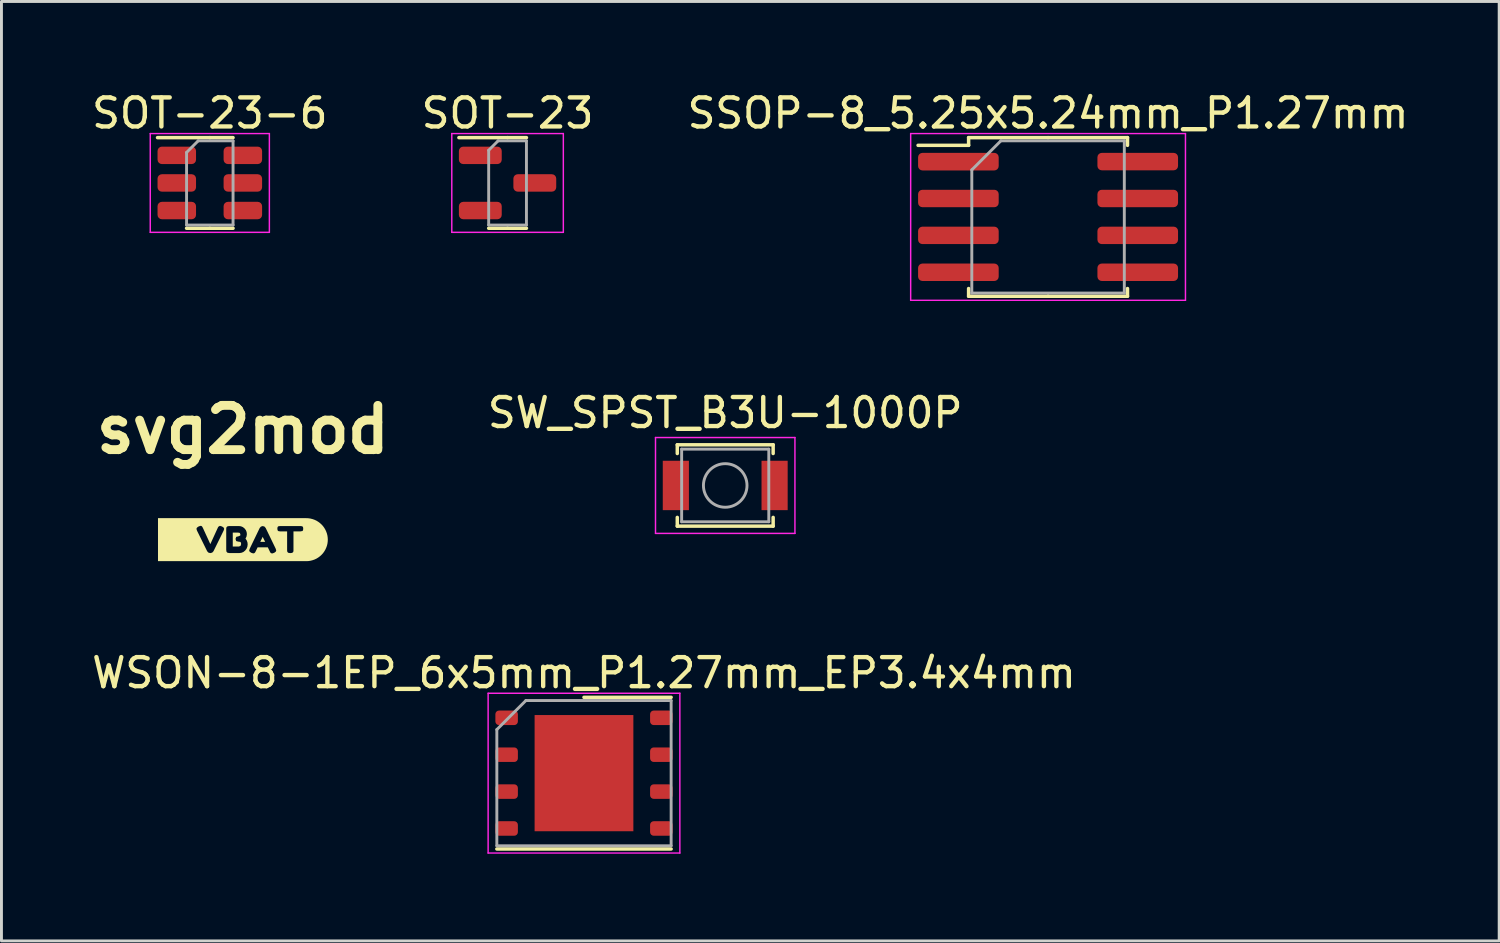
<source format=kicad_pcb>
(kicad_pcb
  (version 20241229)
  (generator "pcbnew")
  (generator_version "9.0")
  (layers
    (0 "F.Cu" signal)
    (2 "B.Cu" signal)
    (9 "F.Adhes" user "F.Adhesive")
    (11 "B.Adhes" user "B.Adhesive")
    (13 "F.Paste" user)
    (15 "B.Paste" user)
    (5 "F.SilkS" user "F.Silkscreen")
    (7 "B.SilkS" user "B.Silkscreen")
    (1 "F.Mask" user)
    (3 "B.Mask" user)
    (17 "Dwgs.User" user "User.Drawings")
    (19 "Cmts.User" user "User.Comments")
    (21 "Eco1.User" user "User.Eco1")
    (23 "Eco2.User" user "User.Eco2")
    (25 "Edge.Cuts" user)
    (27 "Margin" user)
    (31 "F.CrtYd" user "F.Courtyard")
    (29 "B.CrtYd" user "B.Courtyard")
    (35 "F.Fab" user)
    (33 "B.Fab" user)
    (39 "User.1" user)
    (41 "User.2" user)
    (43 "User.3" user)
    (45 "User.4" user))
  (footprint "SOT-23-6"
    (layer "F.Cu")
    (at 4.173 3.248)
    (property "Reference" "SOT-23-6" (at 0 -2.4 0) (layer "F.SilkS") (effects (font (size 1 1) (thickness 0.15))))
    (attr smd)
    (fp_line (start 0 -1.56) (end -1.8 -1.56) (stroke (width 0.12) (type solid)) (layer "F.SilkS"))
    (fp_line (start 0 -1.56) (end 0.8 -1.56) (stroke (width 0.12) (type solid)) (layer "F.SilkS"))
    (fp_line (start 0 1.56) (end -0.8 1.56) (stroke (width 0.12) (type solid)) (layer "F.SilkS"))
    (fp_line (start 0 1.56) (end 0.8 1.56) (stroke (width 0.12) (type solid)) (layer "F.SilkS"))
    (fp_line (start -2.05 -1.7) (end -2.05 1.7) (stroke (width 0.05) (type solid)) (layer "F.CrtYd"))
    (fp_line (start -2.05 1.7) (end 2.05 1.7) (stroke (width 0.05) (type solid)) (layer "F.CrtYd"))
    (fp_line (start 2.05 -1.7) (end -2.05 -1.7) (stroke (width 0.05) (type solid)) (layer "F.CrtYd"))
    (fp_line (start 2.05 1.7) (end 2.05 -1.7) (stroke (width 0.05) (type solid)) (layer "F.CrtYd"))
    (fp_line (start -0.8 -1.05) (end -0.4 -1.45) (stroke (width 0.1) (type solid)) (layer "F.Fab"))
    (fp_line (start -0.8 1.45) (end -0.8 -1.05) (stroke (width 0.1) (type solid)) (layer "F.Fab"))
    (fp_line (start -0.4 -1.45) (end 0.8 -1.45) (stroke (width 0.1) (type solid)) (layer "F.Fab"))
    (fp_line (start 0.8 -1.45) (end 0.8 1.45) (stroke (width 0.1) (type solid)) (layer "F.Fab"))
    (fp_line (start 0.8 1.45) (end -0.8 1.45) (stroke (width 0.1) (type solid)) (layer "F.Fab"))
    (pad "1" smd roundrect (at -1.137 -0.95) (size 1.325 0.6) (layers "F.Cu" "F.Mask" "F.Paste") (roundrect_rratio 0.25))
    (pad "2" smd roundrect (at -1.137 0) (size 1.325 0.6) (layers "F.Cu" "F.Mask" "F.Paste") (roundrect_rratio 0.25))
    (pad "3" smd roundrect (at -1.137 0.95) (size 1.325 0.6) (layers "F.Cu" "F.Mask" "F.Paste") (roundrect_rratio 0.25))
    (pad "4" smd roundrect (at 1.137 0.95) (size 1.325 0.6) (layers "F.Cu" "F.Mask" "F.Paste") (roundrect_rratio 0.25))
    (pad "5" smd roundrect (at 1.137 0) (size 1.325 0.6) (layers "F.Cu" "F.Mask" "F.Paste") (roundrect_rratio 0.25))
    (pad "6" smd roundrect (at 1.137 -0.95) (size 1.325 0.6) (layers "F.Cu" "F.Mask" "F.Paste") (roundrect_rratio 0.25)))
  (footprint "SSOP-8_5.25x5.24mm_P1.27mm"
    (layer "F.Cu")
    (at 33.03 4.418)
    (property "Reference" "SSOP-8_5.25x5.24mm_P1.27mm" (at 0 -3.57 180) (layer "F.SilkS") (effects (font (size 1 1) (thickness 0.15))))
    (attr smd exclude_from_pos_files exclude_from_bom dnp)
    (fp_line (start -2.735 -2.73) (end -2.735 -2.465) (stroke (width 0.12) (type solid)) (layer "F.SilkS"))
    (fp_line (start -2.735 -2.465) (end -4.475 -2.465) (stroke (width 0.12) (type solid)) (layer "F.SilkS"))
    (fp_line (start -2.735 2.73) (end -2.735 2.465) (stroke (width 0.12) (type solid)) (layer "F.SilkS"))
    (fp_line (start 0 -2.73) (end -2.735 -2.73) (stroke (width 0.12) (type solid)) (layer "F.SilkS"))
    (fp_line (start 0 -2.73) (end 2.735 -2.73) (stroke (width 0.12) (type solid)) (layer "F.SilkS"))
    (fp_line (start 0 2.73) (end -2.735 2.73) (stroke (width 0.12) (type solid)) (layer "F.SilkS"))
    (fp_line (start 0 2.73) (end 2.735 2.73) (stroke (width 0.12) (type solid)) (layer "F.SilkS"))
    (fp_line (start 2.735 -2.73) (end 2.735 -2.465) (stroke (width 0.12) (type solid)) (layer "F.SilkS"))
    (fp_line (start 2.735 2.73) (end 2.735 2.465) (stroke (width 0.12) (type solid)) (layer "F.SilkS"))
    (fp_line (start -4.73 -2.87) (end -4.73 2.87) (stroke (width 0.05) (type solid)) (layer "F.CrtYd"))
    (fp_line (start -4.73 2.87) (end 4.73 2.87) (stroke (width 0.05) (type solid)) (layer "F.CrtYd"))
    (fp_line (start 4.73 -2.87) (end -4.73 -2.87) (stroke (width 0.05) (type solid)) (layer "F.CrtYd"))
    (fp_line (start 4.73 2.87) (end 4.73 -2.87) (stroke (width 0.05) (type solid)) (layer "F.CrtYd"))
    (fp_line (start -2.625 -1.62) (end -1.625 -2.62) (stroke (width 0.1) (type solid)) (layer "F.Fab"))
    (fp_line (start -2.625 2.62) (end -2.625 -1.62) (stroke (width 0.1) (type solid)) (layer "F.Fab"))
    (fp_line (start -1.625 -2.62) (end 2.625 -2.62) (stroke (width 0.1) (type solid)) (layer "F.Fab"))
    (fp_line (start 2.625 -2.62) (end 2.625 2.62) (stroke (width 0.1) (type solid)) (layer "F.Fab"))
    (fp_line (start 2.625 2.62) (end -2.625 2.62) (stroke (width 0.1) (type solid)) (layer "F.Fab"))
    (pad "1" smd roundrect (at -3.087 -1.903) (size 2.775 0.605) (layers "F.Cu" "F.Mask") (roundrect_rratio 0.25))
    (pad "2" smd roundrect (at -3.087 -0.635) (size 2.775 0.6) (layers "F.Cu" "F.Mask") (roundrect_rratio 0.25))
    (pad "3" smd roundrect (at -3.087 0.635) (size 2.775 0.6) (layers "F.Cu" "F.Mask") (roundrect_rratio 0.25))
    (pad "4" smd roundrect (at -3.087 1.905) (size 2.775 0.6) (layers "F.Cu" "F.Mask") (roundrect_rratio 0.25))
    (pad "5" smd roundrect (at 3.087 1.905) (size 2.775 0.6) (layers "F.Cu" "F.Mask") (roundrect_rratio 0.25))
    (pad "6" smd roundrect (at 3.087 0.635) (size 2.775 0.6) (layers "F.Cu" "F.Mask") (roundrect_rratio 0.25))
    (pad "7" smd roundrect (at 3.087 -0.635) (size 2.775 0.6) (layers "F.Cu" "F.Mask") (roundrect_rratio 0.25))
    (pad "8" smd roundrect (at 3.087 -1.905) (size 2.775 0.6) (layers "F.Cu" "F.Mask") (roundrect_rratio 0.25)))
  (footprint "WSON-8-1EP_6x5mm_P1.27mm_EP3.4x4mm"
    (layer "F.Cu")
    (at 17.054 23.566)
    (property "Reference" "WSON-8-1EP_6x5mm_P1.27mm_EP3.4x4mm" (at 0 -3.45 180) (layer "F.SilkS") (effects (font (size 1 1) (thickness 0.15))))
    (attr smd)
    (fp_line (start -3 2.61) (end 3 2.61) (stroke (width 0.12) (type solid)) (layer "F.SilkS"))
    (fp_line (start 0 -2.61) (end 3 -2.61) (stroke (width 0.12) (type solid)) (layer "F.SilkS"))
    (fp_line (start -3.3 -2.75) (end -3.3 2.75) (stroke (width 0.05) (type solid)) (layer "F.CrtYd"))
    (fp_line (start -3.3 2.75) (end 3.3 2.75) (stroke (width 0.05) (type solid)) (layer "F.CrtYd"))
    (fp_line (start 3.3 -2.75) (end -3.3 -2.75) (stroke (width 0.05) (type solid)) (layer "F.CrtYd"))
    (fp_line (start 3.3 2.75) (end 3.3 -2.75) (stroke (width 0.05) (type solid)) (layer "F.CrtYd"))
    (fp_line (start -3 -1.5) (end -2 -2.5) (stroke (width 0.1) (type solid)) (layer "F.Fab"))
    (fp_line (start -3 2.5) (end -3 -1.5) (stroke (width 0.1) (type solid)) (layer "F.Fab"))
    (fp_line (start -2 -2.5) (end 3 -2.5) (stroke (width 0.1) (type solid)) (layer "F.Fab"))
    (fp_line (start 3 -2.5) (end 3 2.5) (stroke (width 0.1) (type solid)) (layer "F.Fab"))
    (fp_line (start 3 2.5) (end -3 2.5) (stroke (width 0.1) (type solid)) (layer "F.Fab"))
    (pad "" smd roundrect (at -0.85 -1) (size 1.37 1.61) (layers "F.Paste") (roundrect_rratio 0.182))
    (pad "" smd roundrect (at -0.85 1) (size 1.37 1.61) (layers "F.Paste") (roundrect_rratio 0.182))
    (pad "" smd roundrect (at 0.85 -1) (size 1.37 1.61) (layers "F.Paste") (roundrect_rratio 0.182))
    (pad "" smd roundrect (at 0.85 1) (size 1.37 1.61) (layers "F.Paste") (roundrect_rratio 0.182))
    (pad "1" smd roundrect (at -2.663 -1.905) (size 0.775 0.5) (layers "F.Cu" "F.Mask" "F.Paste") (roundrect_rratio 0.25))
    (pad "2" smd roundrect (at -2.663 -0.635) (size 0.775 0.5) (layers "F.Cu" "F.Mask" "F.Paste") (roundrect_rratio 0.25))
    (pad "3" smd roundrect (at -2.663 0.635) (size 0.775 0.5) (layers "F.Cu" "F.Mask" "F.Paste") (roundrect_rratio 0.25))
    (pad "4" smd roundrect (at -2.663 1.905) (size 0.775 0.5) (layers "F.Cu" "F.Mask" "F.Paste") (roundrect_rratio 0.25))
    (pad "5" smd roundrect (at 2.663 1.905) (size 0.775 0.5) (layers "F.Cu" "F.Mask" "F.Paste") (roundrect_rratio 0.25))
    (pad "6" smd roundrect (at 2.663 0.635) (size 0.775 0.5) (layers "F.Cu" "F.Mask" "F.Paste") (roundrect_rratio 0.25))
    (pad "7" smd roundrect (at 2.663 -0.635) (size 0.775 0.5) (layers "F.Cu" "F.Mask" "F.Paste") (roundrect_rratio 0.25))
    (pad "8" smd roundrect (at 2.663 -1.905) (size 0.775 0.5) (layers "F.Cu" "F.Mask" "F.Paste") (roundrect_rratio 0.25))
    (pad "9" smd rect (at 0 0) (size 3.4 4) (layers "F.Cu" "F.Mask")))
  (footprint "SW_SPST_B3U-1000P"
    (layer "F.Cu")
    (at 21.916 13.662)
    (property "Reference" "SW_SPST_B3U-1000P" (at 0 -2.5 180) (layer "F.SilkS") (effects (font (size 1 1) (thickness 0.15))))
    (attr smd)
    (fp_line (start -1.65 -1.4) (end 1.65 -1.4) (stroke (width 0.12) (type solid)) (layer "F.SilkS"))
    (fp_line (start -1.65 -1.1) (end -1.65 -1.4) (stroke (width 0.12) (type solid)) (layer "F.SilkS"))
    (fp_line (start -1.65 1.1) (end -1.65 1.4) (stroke (width 0.12) (type solid)) (layer "F.SilkS"))
    (fp_line (start -1.65 1.4) (end 1.65 1.4) (stroke (width 0.12) (type solid)) (layer "F.SilkS"))
    (fp_line (start 1.65 -1.4) (end 1.65 -1.1) (stroke (width 0.12) (type solid)) (layer "F.SilkS"))
    (fp_line (start 1.65 1.4) (end 1.65 1.1) (stroke (width 0.12) (type solid)) (layer "F.SilkS"))
    (fp_line (start -2.4 -1.65) (end -2.4 1.65) (stroke (width 0.05) (type solid)) (layer "F.CrtYd"))
    (fp_line (start -2.4 1.65) (end 2.4 1.65) (stroke (width 0.05) (type solid)) (layer "F.CrtYd"))
    (fp_line (start 2.4 -1.65) (end -2.4 -1.65) (stroke (width 0.05) (type solid)) (layer "F.CrtYd"))
    (fp_line (start 2.4 1.65) (end 2.4 -1.65) (stroke (width 0.05) (type solid)) (layer "F.CrtYd"))
    (fp_line (start -1.5 -1.25) (end 1.5 -1.25) (stroke (width 0.1) (type solid)) (layer "F.Fab"))
    (fp_line (start -1.5 1.25) (end -1.5 -1.25) (stroke (width 0.1) (type solid)) (layer "F.Fab"))
    (fp_line (start 1.5 -1.25) (end 1.5 1.25) (stroke (width 0.1) (type solid)) (layer "F.Fab"))
    (fp_line (start 1.5 1.25) (end -1.5 1.25) (stroke (width 0.1) (type solid)) (layer "F.Fab"))
    (fp_circle (center 0 0) (end 0.75 0) (stroke (width 0.1) (type solid)) (fill no) (layer "F.Fab"))
    (pad "1" smd rect (at -1.7 0) (size 0.9 1.7) (layers "F.Cu" "F.Mask" "F.Paste"))
    (pad "2" smd rect (at 1.7 0) (size 0.9 1.7) (layers "F.Cu" "F.Mask" "F.Paste")))
  (footprint "svg2mod"
    (layer "F.Cu")
    (at 5.312 15.528)
    (property "Reference" "svg2mod" (at 0 -3.788 0) (layer "F.SilkS") (effects (font (size 1.524 1.524) (thickness 0.305))))
    (attr exclude_from_pos_files exclude_from_bom)
    (fp_poly (pts (xy 0.681 -0.097) (xy 0.597 0.077) (xy 0.766 0.077) (xy 0.681 -0.097)) (stroke (width 0) (type solid)) (fill yes) (layer "F.SilkS"))
    (fp_poly (pts (xy -0.061 0.15) (xy -0.068 0.102) (xy -0.091 0.077) (xy -0.162 0.067) (xy -0.231 0.049) (xy -0.254 -0.024) (xy -0.23 -0.097) (xy -0.152 -0.115) (xy -0.091 -0.142) (xy -0.087 -0.187) (xy -0.108 -0.232) (xy -0.171 -0.244) (xy -0.349 -0.244) (xy -0.349 0.237) (xy -0.141 0.237) (xy -0.081 0.215) (xy -0.061 0.15)) (stroke (width 0) (type solid)) (fill yes) (layer "F.SilkS"))
    (fp_poly (pts (xy -1.6 -0.74) (xy -0.719 -0.454) (xy -0.662 -0.415) (xy -0.644 -0.373) (xy -0.663 -0.312) (xy -0.574 0.347) (xy -0.574 -0.358) (xy -0.572 -0.402) (xy -0.56 -0.435) (xy -0.526 -0.461) (xy -0.461 -0.469) (xy -0.141 -0.469) (xy -0.067 -0.46) (xy -0.002 -0.433) (xy 0.055 -0.388) (xy 0.101 -0.329) (xy 0.128 -0.263) (xy 0.137 -0.19) (xy 0.125 -0.11) (xy 0.089 -0.036) (xy 0.131 0.025) (xy 0.156 0.092) (xy 0.164 0.163) (xy 0.153 0.243) (xy 0.124 0.314) (xy 0.077 0.376) (xy 0.017 0.424) (xy -0.052 0.452) (xy -0.128 0.462) (xy -0.462 0.462) (xy -0.532 0.45) (xy -0.566 0.413) (xy -0.574 0.347) (xy -0.663 -0.312) (xy -1.013 0.399) (xy -1.056 0.445) (xy -1.115 0.462) (xy -1.127 0.462) (xy -1.188 0.445) (xy -1.23 0.399) (xy -1.581 -0.312) (xy -1.6 -0.373) (xy -1.581 -0.415) (xy -1.525 -0.454) (xy -1.461 -0.476) (xy -1.427 -0.471) (xy -1.406 -0.453) (xy -1.385 -0.419) (xy -1.368 -0.384) (xy -1.336 -0.314) (xy -1.295 -0.224) (xy -1.251 -0.129) (xy -1.207 -0.034) (xy -1.166 0.056) (xy -1.135 0.124) (xy -1.121 0.153) (xy -0.867 -0.403) (xy -0.849 -0.441) (xy -0.793 -0.476) (xy -0.719 -0.454) (xy -1.6 -0.74) (xy -2.923 -0.74) (xy -2.923 0.74) (xy -1.6 0.74) (xy 2.077 0.74) (xy 1.741 -0.285) (xy 1.741 0.354) (xy 1.74 0.397) (xy 1.728 0.429) (xy 1.694 0.455) (xy 1.631 0.463) (xy 1.568 0.455) (xy 1.535 0.429) (xy 1.524 0.396) (xy 1.522 0.352) (xy 1.522 -0.285) (xy 1.278 -0.285) (xy 1.218 -0.295) (xy 1.193 -0.324) (xy 1.186 -0.378) (xy 1.193 -0.431) (xy 1.214 -0.458) (xy 1.279 -0.469) (xy 1.985 -0.469) (xy 2.045 -0.46) (xy 2.07 -0.43) (xy 2.077 -0.377) (xy 2.07 -0.324) (xy 2.049 -0.297) (xy 1.984 -0.285) (xy 1.741 -0.285) (xy 2.077 0.74) (xy 2.183 0.74) (xy 2.255 0.737) (xy 2.327 0.726) (xy 2.397 0.708) (xy 2.466 0.684) (xy 2.532 0.653) (xy 2.594 0.615) (xy 2.652 0.572) (xy 2.706 0.523) (xy 2.755 0.47) (xy 2.798 0.411) (xy 2.835 0.349) (xy 2.866 0.283) (xy 2.891 0.215) (xy 2.909 0.144) (xy 2.919 0.073) (xy 2.923 0) (xy 2.919 -0.073) (xy 2.909 -0.144) (xy 2.891 -0.215) (xy 2.866 -0.283) (xy 2.835 -0.349) (xy 2.798 -0.411) (xy 2.755 -0.47) (xy 2.706 -0.523) (xy 2.652 -0.572) (xy 2.594 -0.615) (xy 2.532 -0.653) (xy 0.784 -0.402) (xy 1.127 0.307) (xy 1.148 0.371) (xy 1.13 0.415) (xy 1.075 0.454) (xy 1.007 0.476) (xy 0.966 0.464) (xy 0.943 0.44) (xy 0.924 0.402) (xy 0.858 0.265) (xy 0.506 0.265) (xy 0.44 0.402) (xy 0.42 0.439) (xy 0.397 0.462) (xy 0.357 0.474) (xy 0.289 0.453) (xy 0.233 0.415) (xy 0.215 0.371) (xy 0.237 0.307) (xy 0.579 -0.403) (xy 0.622 -0.45) (xy 0.682 -0.468) (xy 0.742 -0.451) (xy 0.784 -0.402) (xy 2.532 -0.653) (xy 2.466 -0.684) (xy 2.397 -0.708) (xy 2.327 -0.726) (xy 2.255 -0.737) (xy 2.183 -0.74) (xy 2.077 -0.74) (xy -1.6 -0.74)) (stroke (width 0) (type solid)) (fill yes) (layer "F.SilkS")))
  (footprint "SOT-23"
    (layer "F.Cu")
    (at 14.423 3.248)
    (property "Reference" "SOT-23" (at 0 -2.4 0) (layer "F.SilkS") (effects (font (size 1 1) (thickness 0.15))))
    (attr smd)
    (fp_line (start 0 -1.56) (end -1.675 -1.56) (stroke (width 0.12) (type solid)) (layer "F.SilkS"))
    (fp_line (start 0 -1.56) (end 0.65 -1.56) (stroke (width 0.12) (type solid)) (layer "F.SilkS"))
    (fp_line (start 0 1.56) (end -0.65 1.56) (stroke (width 0.12) (type solid)) (layer "F.SilkS"))
    (fp_line (start 0 1.56) (end 0.65 1.56) (stroke (width 0.12) (type solid)) (layer "F.SilkS"))
    (fp_line (start -1.92 -1.7) (end -1.92 1.7) (stroke (width 0.05) (type solid)) (layer "F.CrtYd"))
    (fp_line (start -1.92 1.7) (end 1.92 1.7) (stroke (width 0.05) (type solid)) (layer "F.CrtYd"))
    (fp_line (start 1.92 -1.7) (end -1.92 -1.7) (stroke (width 0.05) (type solid)) (layer "F.CrtYd"))
    (fp_line (start 1.92 1.7) (end 1.92 -1.7) (stroke (width 0.05) (type solid)) (layer "F.CrtYd"))
    (fp_line (start -0.65 -1.125) (end -0.325 -1.45) (stroke (width 0.1) (type solid)) (layer "F.Fab"))
    (fp_line (start -0.65 1.45) (end -0.65 -1.125) (stroke (width 0.1) (type solid)) (layer "F.Fab"))
    (fp_line (start -0.325 -1.45) (end 0.65 -1.45) (stroke (width 0.1) (type solid)) (layer "F.Fab"))
    (fp_line (start 0.65 -1.45) (end 0.65 1.45) (stroke (width 0.1) (type solid)) (layer "F.Fab"))
    (fp_line (start 0.65 1.45) (end -0.65 1.45) (stroke (width 0.1) (type solid)) (layer "F.Fab"))
    (pad "1" smd roundrect (at -0.938 -0.95) (size 1.475 0.6) (layers "F.Cu" "F.Mask" "F.Paste") (roundrect_rratio 0.25))
    (pad "2" smd roundrect (at -0.938 0.95) (size 1.475 0.6) (layers "F.Cu" "F.Mask" "F.Paste") (roundrect_rratio 0.25))
    (pad "3" smd roundrect (at 0.938 0) (size 1.475 0.6) (layers "F.Cu" "F.Mask" "F.Paste") (roundrect_rratio 0.25)))
  (gr_rect
    (start -3 -3)
    (end 48.56 29.341)
    (stroke (width 0.1) (type default))
    (fill no)
    (layer "Edge.Cuts")))
</source>
